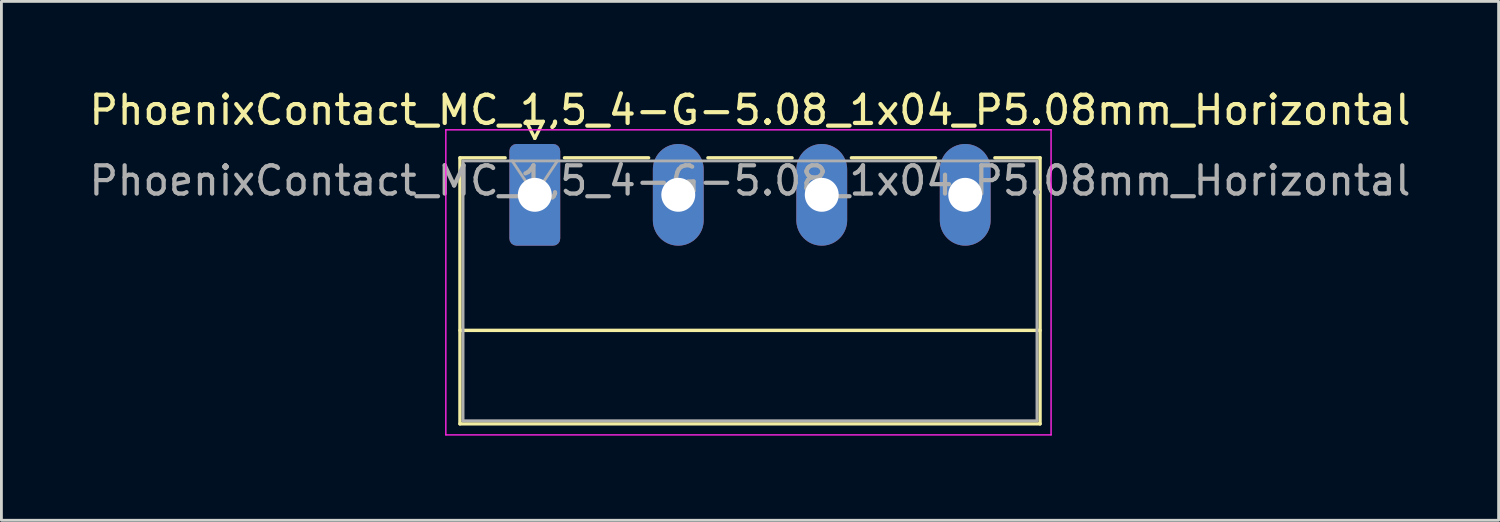
<source format=kicad_pcb>
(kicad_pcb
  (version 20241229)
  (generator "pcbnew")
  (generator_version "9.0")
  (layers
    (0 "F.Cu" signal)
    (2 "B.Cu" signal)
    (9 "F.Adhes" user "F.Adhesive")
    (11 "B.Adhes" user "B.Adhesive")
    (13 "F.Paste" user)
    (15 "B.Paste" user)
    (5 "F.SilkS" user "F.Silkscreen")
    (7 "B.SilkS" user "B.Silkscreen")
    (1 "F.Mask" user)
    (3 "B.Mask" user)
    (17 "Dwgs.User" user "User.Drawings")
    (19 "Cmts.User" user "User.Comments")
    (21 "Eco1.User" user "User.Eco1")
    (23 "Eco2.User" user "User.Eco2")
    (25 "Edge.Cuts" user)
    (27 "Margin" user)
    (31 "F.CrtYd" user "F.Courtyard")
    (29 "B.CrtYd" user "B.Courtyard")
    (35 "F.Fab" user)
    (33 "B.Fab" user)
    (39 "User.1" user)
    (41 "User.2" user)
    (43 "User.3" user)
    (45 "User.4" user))
  (footprint "PhoenixContact_MC_1,5_4-G-5.08_1x04_P5.08mm_Horizontal"
    (layer "F.Cu")
    (at 15.886 3.848)
    (property "Reference" "PhoenixContact_MC_1,5_4-G-5.08_1x04_P5.08mm_Horizontal" (at 7.62 -3 0) (layer "F.SilkS") (effects (font (size 1 1) (thickness 0.15))))
    (attr through_hole)
    (fp_line (start -2.65 -1.31) (end -2.65 8.11) (stroke (width 0.12) (type solid)) (layer "F.SilkS"))
    (fp_line (start -2.65 -1.31) (end -1.05 -1.31) (stroke (width 0.12) (type solid)) (layer "F.SilkS"))
    (fp_line (start -2.65 4.8) (end 17.89 4.8) (stroke (width 0.12) (type solid)) (layer "F.SilkS"))
    (fp_line (start -2.65 8.11) (end 17.89 8.11) (stroke (width 0.12) (type solid)) (layer "F.SilkS"))
    (fp_line (start -0.3 -2.6) (end 0.3 -2.6) (stroke (width 0.12) (type solid)) (layer "F.SilkS"))
    (fp_line (start 0 -2) (end -0.3 -2.6) (stroke (width 0.12) (type solid)) (layer "F.SilkS"))
    (fp_line (start 0.3 -2.6) (end 0 -2) (stroke (width 0.12) (type solid)) (layer "F.SilkS"))
    (fp_line (start 1.05 -1.31) (end 4.03 -1.31) (stroke (width 0.12) (type solid)) (layer "F.SilkS"))
    (fp_line (start 6.13 -1.31) (end 9.11 -1.31) (stroke (width 0.12) (type solid)) (layer "F.SilkS"))
    (fp_line (start 11.21 -1.31) (end 14.19 -1.31) (stroke (width 0.12) (type solid)) (layer "F.SilkS"))
    (fp_line (start 17.89 -1.31) (end 16.29 -1.31) (stroke (width 0.12) (type solid)) (layer "F.SilkS"))
    (fp_line (start 17.89 8.11) (end 17.89 -1.31) (stroke (width 0.12) (type solid)) (layer "F.SilkS"))
    (fp_line (start -3.15 -2.3) (end -3.15 8.5) (stroke (width 0.05) (type solid)) (layer "F.CrtYd"))
    (fp_line (start -3.15 8.5) (end 18.28 8.5) (stroke (width 0.05) (type solid)) (layer "F.CrtYd"))
    (fp_line (start 18.28 -2.3) (end -3.15 -2.3) (stroke (width 0.05) (type solid)) (layer "F.CrtYd"))
    (fp_line (start 18.28 8.5) (end 18.28 -2.3) (stroke (width 0.05) (type solid)) (layer "F.CrtYd"))
    (fp_line (start -2.54 -1.2) (end -2.54 8) (stroke (width 0.1) (type solid)) (layer "F.Fab"))
    (fp_line (start -2.54 8) (end 17.78 8) (stroke (width 0.1) (type solid)) (layer "F.Fab"))
    (fp_line (start 0 0) (end -0.8 -1.2) (stroke (width 0.1) (type solid)) (layer "F.Fab"))
    (fp_line (start 0.8 -1.2) (end 0 0) (stroke (width 0.1) (type solid)) (layer "F.Fab"))
    (fp_line (start 17.78 -1.2) (end -2.54 -1.2) (stroke (width 0.1) (type solid)) (layer "F.Fab"))
    (fp_line (start 17.78 8) (end 17.78 -1.2) (stroke (width 0.1) (type solid)) (layer "F.Fab"))
    (fp_text user "${REFERENCE}" (at 7.62 -0.5 0) (layer "F.Fab") (effects (font (size 1 1) (thickness 0.15))))
    (pad "1" thru_hole roundrect (at 0 0) (size 1.8 3.6) (drill 1.2) (layers "*.Cu" "*.Mask") (roundrect_rratio 0.139))
    (pad "2" thru_hole oval (at 5.08 0) (size 1.8 3.6) (drill 1.2) (layers "*.Cu" "*.Mask"))
    (pad "3" thru_hole oval (at 10.16 0) (size 1.8 3.6) (drill 1.2) (layers "*.Cu" "*.Mask"))
    (pad "4" thru_hole oval (at 15.24 0) (size 1.8 3.6) (drill 1.2) (layers "*.Cu" "*.Mask")))
  (gr_rect
    (start -3 -3)
    (end 50.012 15.373)
    (stroke (width 0.1) (type default))
    (fill no)
    (layer "Edge.Cuts")))
</source>
